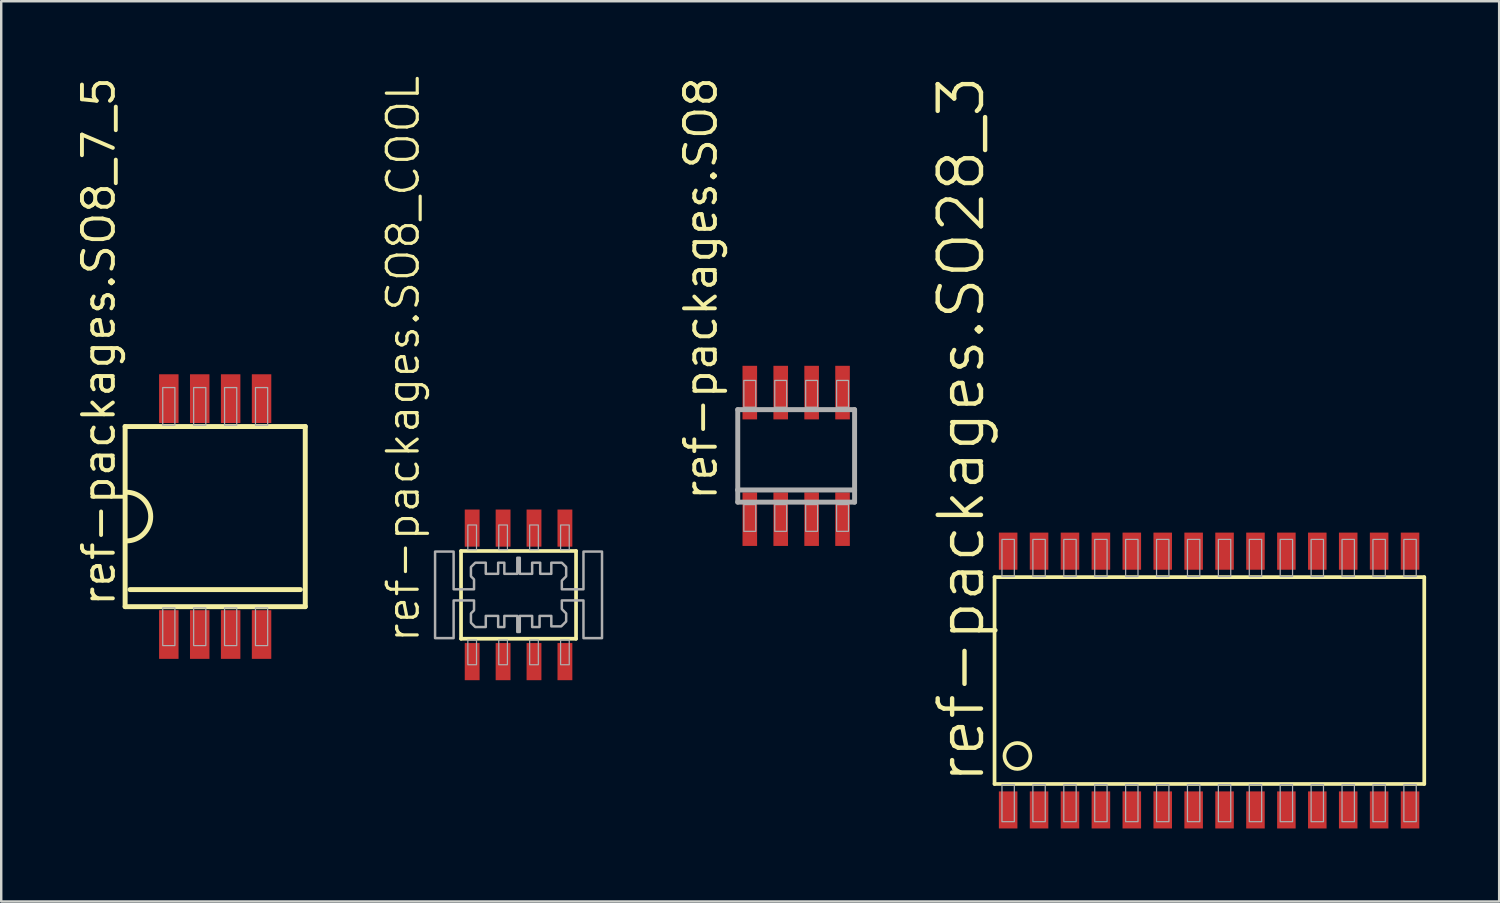
<source format=kicad_pcb>
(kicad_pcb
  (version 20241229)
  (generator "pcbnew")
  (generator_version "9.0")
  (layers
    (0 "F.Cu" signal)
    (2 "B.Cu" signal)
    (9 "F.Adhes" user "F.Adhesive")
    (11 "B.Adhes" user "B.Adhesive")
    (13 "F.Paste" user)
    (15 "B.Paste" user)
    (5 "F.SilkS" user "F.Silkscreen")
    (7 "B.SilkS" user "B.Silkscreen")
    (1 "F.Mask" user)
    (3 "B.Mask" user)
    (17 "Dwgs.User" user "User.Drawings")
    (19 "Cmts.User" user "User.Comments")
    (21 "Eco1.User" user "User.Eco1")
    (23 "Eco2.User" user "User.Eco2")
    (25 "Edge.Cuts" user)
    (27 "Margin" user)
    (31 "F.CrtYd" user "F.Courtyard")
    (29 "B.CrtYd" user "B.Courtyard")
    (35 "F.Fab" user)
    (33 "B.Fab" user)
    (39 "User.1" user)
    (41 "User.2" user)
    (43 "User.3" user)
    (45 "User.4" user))
  (footprint "ref-packages.SO8"
    (layer "F.Cu")
    (at 29.657 15.678)
    (property "Reference" "ref-packages.SO8" (at -3.175 1.905 90) (layer "F.SilkS") (effects (font (size 1.27 1.27) (thickness 0.16)) (justify left bottom)))
    (attr smd)
    (fp_line (start -2.4 -1.9) (end 2.4 -1.9) (stroke (width 0.203) (type default)) (layer "F.Fab"))
    (fp_line (start -2.4 1.4) (end -2.4 -1.9) (stroke (width 0.203) (type default)) (layer "F.Fab"))
    (fp_line (start -2.4 1.9) (end -2.4 1.4) (stroke (width 0.203) (type default)) (layer "F.Fab"))
    (fp_line (start 2.4 -1.9) (end 2.4 1.4) (stroke (width 0.203) (type default)) (layer "F.Fab"))
    (fp_line (start 2.4 1.4) (end -2.4 1.4) (stroke (width 0.203) (type default)) (layer "F.Fab"))
    (fp_line (start 2.4 1.4) (end 2.4 1.9) (stroke (width 0.203) (type default)) (layer "F.Fab"))
    (fp_line (start 2.4 1.9) (end -2.4 1.9) (stroke (width 0.203) (type default)) (layer "F.Fab"))
    (fp_rect (start -2.15 -2) (end -1.66 -3.1) (stroke (width 0.05) (type default)) (fill no) (layer "F.Fab"))
    (fp_rect (start -2.15 3.1) (end -1.66 2) (stroke (width 0.05) (type default)) (fill no) (layer "F.Fab"))
    (fp_rect (start -0.88 -2) (end -0.39 -3.1) (stroke (width 0.05) (type default)) (fill no) (layer "F.Fab"))
    (fp_rect (start -0.88 3.1) (end -0.39 2) (stroke (width 0.05) (type default)) (fill no) (layer "F.Fab"))
    (fp_rect (start 0.39 -2) (end 0.88 -3.1) (stroke (width 0.05) (type default)) (fill no) (layer "F.Fab"))
    (fp_rect (start 0.39 3.1) (end 0.88 2) (stroke (width 0.05) (type default)) (fill no) (layer "F.Fab"))
    (fp_rect (start 1.66 -2) (end 2.15 -3.1) (stroke (width 0.05) (type default)) (fill no) (layer "F.Fab"))
    (fp_rect (start 1.66 3.1) (end 2.15 2) (stroke (width 0.05) (type default)) (fill no) (layer "F.Fab"))
    (pad "1" smd roundrect (at -1.905 2.6) (size 0.6 2.2) (layers "F.Cu" "F.Mask" "F.Paste") (roundrect_rratio 0.01))
    (pad "2" smd roundrect (at -0.635 2.6) (size 0.6 2.2) (layers "F.Cu" "F.Mask" "F.Paste") (roundrect_rratio 0.01))
    (pad "3" smd roundrect (at 0.635 2.6) (size 0.6 2.2) (layers "F.Cu" "F.Mask" "F.Paste") (roundrect_rratio 0.01))
    (pad "4" smd roundrect (at 1.905 2.6) (size 0.6 2.2) (layers "F.Cu" "F.Mask" "F.Paste") (roundrect_rratio 0.01))
    (pad "5" smd roundrect (at 1.905 -2.6) (size 0.6 2.2) (layers "F.Cu" "F.Mask" "F.Paste") (roundrect_rratio 0.01))
    (pad "6" smd roundrect (at 0.635 -2.6) (size 0.6 2.2) (layers "F.Cu" "F.Mask" "F.Paste") (roundrect_rratio 0.01))
    (pad "7" smd roundrect (at -0.635 -2.6) (size 0.6 2.2) (layers "F.Cu" "F.Mask" "F.Paste") (roundrect_rratio 0.01))
    (pad "8" smd roundrect (at -1.905 -2.6) (size 0.6 2.2) (layers "F.Cu" "F.Mask" "F.Paste") (roundrect_rratio 0.01)))
  (footprint "ref-packages.SO8_COOL"
    (layer "F.Cu")
    (at 18.252 21.387)
    (property "Reference" "ref-packages.SO8_COOL" (at -4 2.032 90) (layer "F.SilkS") (effects (font (size 1.27 1.27) (thickness 0.13)) (justify left bottom)))
    (attr smd)
    (fp_line (start -2.362 -1.803) (end -2.362 1.803) (stroke (width 0.152) (type default)) (layer "F.SilkS"))
    (fp_line (start -2.362 1.803) (end 2.362 1.803) (stroke (width 0.152) (type default)) (layer "F.SilkS"))
    (fp_line (start 2.362 -1.803) (end -2.362 -1.803) (stroke (width 0.152) (type default)) (layer "F.SilkS"))
    (fp_line (start 2.362 1.803) (end 2.362 -1.803) (stroke (width 0.152) (type default)) (layer "F.SilkS"))
    (fp_rect (start -2.083 -1.854) (end -1.727 -2.87) (stroke (width 0.05) (type default)) (fill no) (layer "F.Fab"))
    (fp_rect (start -2.083 2.87) (end -1.727 1.854) (stroke (width 0.05) (type default)) (fill no) (layer "F.Fab"))
    (fp_rect (start -0.813 -1.854) (end -0.457 -2.87) (stroke (width 0.05) (type default)) (fill no) (layer "F.Fab"))
    (fp_rect (start -0.813 2.87) (end -0.457 1.854) (stroke (width 0.05) (type default)) (fill no) (layer "F.Fab"))
    (fp_rect (start 0.457 -1.854) (end 0.813 -2.87) (stroke (width 0.05) (type default)) (fill no) (layer "F.Fab"))
    (fp_rect (start 0.457 2.87) (end 0.813 1.854) (stroke (width 0.05) (type default)) (fill no) (layer "F.Fab"))
    (fp_rect (start 1.727 -1.854) (end 2.083 -2.87) (stroke (width 0.05) (type default)) (fill no) (layer "F.Fab"))
    (fp_rect (start 1.727 2.87) (end 2.083 1.854) (stroke (width 0.05) (type default)) (fill no) (layer "F.Fab"))
    (fp_poly (pts (xy -2.667 1.778) (xy -2.667 0.229) (xy -1.829 0.229) (xy -1.829 0.635) (xy -1.956 0.762) (xy -1.956 1.143) (xy -1.778 1.321) (xy -1.346 1.321) (xy -1.346 1.524) (xy -1.346 0.864) (xy -0.838 0.864) (xy -0.838 1.321) (xy -0.584 1.321) (xy -0.584 0.864) (xy -0.051 0.864) (xy -0.051 1.524) (xy 0.051 1.524) (xy 0.051 0.864) (xy 0.559 0.864) (xy 0.559 1.321) (xy 0.864 1.321) (xy 0.864 0.864) (xy 1.346 0.864) (xy 1.346 1.524) (xy 1.346 1.295) (xy 1.753 1.295) (xy 1.956 1.092) (xy 1.956 0.762) (xy 1.778 0.584) (xy 1.778 0.229) (xy 2.667 0.229) (xy 2.667 1.778) (xy 3.429 1.778) (xy 3.429 -1.778) (xy 2.667 -1.778) (xy 2.667 -0.229) (xy 1.778 -0.229) (xy 1.778 -0.584) (xy 1.956 -0.762) (xy 1.956 -1.143) (xy 1.778 -1.321) (xy 1.346 -1.321) (xy 1.346 -1.524) (xy 1.346 -0.864) (xy 0.889 -0.864) (xy 0.889 -1.321) (xy 0.559 -1.321) (xy 0.559 -0.864) (xy 0.051 -0.864) (xy 0.051 -1.524) (xy -0.051 -1.524) (xy -0.051 -0.864) (xy -0.584 -0.864) (xy -0.584 -1.321) (xy -0.838 -1.321) (xy -0.838 -0.864) (xy -1.346 -0.864) (xy -1.346 -1.524) (xy -1.346 -1.321) (xy -1.778 -1.321) (xy -1.956 -1.143) (xy -1.956 -0.762) (xy -1.829 -0.635) (xy -1.829 -0.229) (xy -2.667 -0.229) (xy -2.667 -1.778) (xy -3.429 -1.778) (xy -3.429 1.778)) (stroke (width 0.102) (type default)) (fill no) (layer "F.Fab"))
    (pad "1" smd roundrect (at -1.905 2.743) (size 0.61 1.524) (layers "F.Cu" "F.Mask" "F.Paste") (roundrect_rratio 0.01))
    (pad "2" smd roundrect (at -0.635 2.743) (size 0.61 1.524) (layers "F.Cu" "F.Mask" "F.Paste") (roundrect_rratio 0.01))
    (pad "3" smd roundrect (at 0.635 2.743) (size 0.61 1.524) (layers "F.Cu" "F.Mask" "F.Paste") (roundrect_rratio 0.01))
    (pad "4" smd roundrect (at 1.905 2.743) (size 0.61 1.524) (layers "F.Cu" "F.Mask" "F.Paste") (roundrect_rratio 0.01))
    (pad "5" smd roundrect (at 1.905 -2.743) (size 0.61 1.524) (layers "F.Cu" "F.Mask" "F.Paste") (roundrect_rratio 0.01))
    (pad "6" smd roundrect (at 0.635 -2.743) (size 0.61 1.524) (layers "F.Cu" "F.Mask" "F.Paste") (roundrect_rratio 0.01))
    (pad "7" smd roundrect (at -0.635 -2.743) (size 0.61 1.524) (layers "F.Cu" "F.Mask" "F.Paste") (roundrect_rratio 0.01))
    (pad "8" smd roundrect (at -1.905 -2.743) (size 0.61 1.524) (layers "F.Cu" "F.Mask" "F.Paste") (roundrect_rratio 0.01)))
  (footprint "ref-packages.SO28_3"
    (layer "F.Cu")
    (at 46.62 24.907)
    (property "Reference" "ref-packages.SO28_3" (at -9.144 4.318 90) (layer "F.SilkS") (effects (font (size 1.778 1.778) (thickness 0.18)) (justify left bottom)))
    (attr smd)
    (fp_line (start -8.814 -4.248) (end -8.814 4.248) (stroke (width 0.152) (type default)) (layer "F.SilkS"))
    (fp_line (start -8.814 4.248) (end 8.839 4.248) (stroke (width 0.152) (type default)) (layer "F.SilkS"))
    (fp_line (start 8.839 -4.248) (end -8.814 -4.248) (stroke (width 0.152) (type default)) (layer "F.SilkS"))
    (fp_line (start 8.839 4.248) (end 8.839 -4.248) (stroke (width 0.152) (type default)) (layer "F.SilkS"))
    (fp_circle (center -7.874 3.099) (end -7.341 3.099) (stroke (width 0.152) (type default)) (fill no) (layer "F.SilkS"))
    (fp_rect (start -8.509 -4.274) (end -8.001 -5.798) (stroke (width 0.05) (type default)) (fill no) (layer "F.Fab"))
    (fp_rect (start -8.509 5.798) (end -8.001 4.274) (stroke (width 0.05) (type default)) (fill no) (layer "F.Fab"))
    (fp_rect (start -7.239 -4.274) (end -6.731 -5.798) (stroke (width 0.05) (type default)) (fill no) (layer "F.Fab"))
    (fp_rect (start -7.239 5.798) (end -6.731 4.274) (stroke (width 0.05) (type default)) (fill no) (layer "F.Fab"))
    (fp_rect (start -5.969 -4.274) (end -5.461 -5.798) (stroke (width 0.05) (type default)) (fill no) (layer "F.Fab"))
    (fp_rect (start -5.969 5.798) (end -5.461 4.274) (stroke (width 0.05) (type default)) (fill no) (layer "F.Fab"))
    (fp_rect (start -4.699 -4.274) (end -4.191 -5.798) (stroke (width 0.05) (type default)) (fill no) (layer "F.Fab"))
    (fp_rect (start -4.699 5.798) (end -4.191 4.274) (stroke (width 0.05) (type default)) (fill no) (layer "F.Fab"))
    (fp_rect (start -3.429 -4.274) (end -2.921 -5.798) (stroke (width 0.05) (type default)) (fill no) (layer "F.Fab"))
    (fp_rect (start -3.429 5.798) (end -2.921 4.274) (stroke (width 0.05) (type default)) (fill no) (layer "F.Fab"))
    (fp_rect (start -2.159 -4.274) (end -1.651 -5.798) (stroke (width 0.05) (type default)) (fill no) (layer "F.Fab"))
    (fp_rect (start -2.159 5.798) (end -1.651 4.274) (stroke (width 0.05) (type default)) (fill no) (layer "F.Fab"))
    (fp_rect (start -0.889 -4.274) (end -0.381 -5.798) (stroke (width 0.05) (type default)) (fill no) (layer "F.Fab"))
    (fp_rect (start -0.889 5.798) (end -0.381 4.274) (stroke (width 0.05) (type default)) (fill no) (layer "F.Fab"))
    (fp_rect (start 0.381 -4.274) (end 0.889 -5.798) (stroke (width 0.05) (type default)) (fill no) (layer "F.Fab"))
    (fp_rect (start 0.381 5.798) (end 0.889 4.274) (stroke (width 0.05) (type default)) (fill no) (layer "F.Fab"))
    (fp_rect (start 1.651 -4.274) (end 2.159 -5.798) (stroke (width 0.05) (type default)) (fill no) (layer "F.Fab"))
    (fp_rect (start 1.651 5.798) (end 2.159 4.274) (stroke (width 0.05) (type default)) (fill no) (layer "F.Fab"))
    (fp_rect (start 2.921 -4.274) (end 3.429 -5.798) (stroke (width 0.05) (type default)) (fill no) (layer "F.Fab"))
    (fp_rect (start 2.921 5.798) (end 3.429 4.274) (stroke (width 0.05) (type default)) (fill no) (layer "F.Fab"))
    (fp_rect (start 4.191 -4.274) (end 4.699 -5.798) (stroke (width 0.05) (type default)) (fill no) (layer "F.Fab"))
    (fp_rect (start 4.191 5.798) (end 4.699 4.274) (stroke (width 0.05) (type default)) (fill no) (layer "F.Fab"))
    (fp_rect (start 5.461 -4.274) (end 5.969 -5.798) (stroke (width 0.05) (type default)) (fill no) (layer "F.Fab"))
    (fp_rect (start 5.461 5.798) (end 5.969 4.274) (stroke (width 0.05) (type default)) (fill no) (layer "F.Fab"))
    (fp_rect (start 6.731 -4.274) (end 7.239 -5.798) (stroke (width 0.05) (type default)) (fill no) (layer "F.Fab"))
    (fp_rect (start 6.731 5.798) (end 7.239 4.274) (stroke (width 0.05) (type default)) (fill no) (layer "F.Fab"))
    (fp_rect (start 8.001 -4.274) (end 8.509 -5.798) (stroke (width 0.05) (type default)) (fill no) (layer "F.Fab"))
    (fp_rect (start 8.001 5.798) (end 8.509 4.274) (stroke (width 0.05) (type default)) (fill no) (layer "F.Fab"))
    (pad "1" smd roundrect (at -8.255 5.315) (size 0.762 1.524) (layers "F.Cu" "F.Mask" "F.Paste") (roundrect_rratio 0.01))
    (pad "2" smd roundrect (at -6.985 5.315) (size 0.762 1.524) (layers "F.Cu" "F.Mask" "F.Paste") (roundrect_rratio 0.01))
    (pad "3" smd roundrect (at -5.715 5.315) (size 0.762 1.524) (layers "F.Cu" "F.Mask" "F.Paste") (roundrect_rratio 0.01))
    (pad "4" smd roundrect (at -4.445 5.315) (size 0.762 1.524) (layers "F.Cu" "F.Mask" "F.Paste") (roundrect_rratio 0.01))
    (pad "5" smd roundrect (at -3.175 5.315) (size 0.762 1.524) (layers "F.Cu" "F.Mask" "F.Paste") (roundrect_rratio 0.01))
    (pad "6" smd roundrect (at -1.905 5.315) (size 0.762 1.524) (layers "F.Cu" "F.Mask" "F.Paste") (roundrect_rratio 0.01))
    (pad "7" smd roundrect (at -0.635 5.315) (size 0.762 1.524) (layers "F.Cu" "F.Mask" "F.Paste") (roundrect_rratio 0.01))
    (pad "8" smd roundrect (at 0.635 5.315) (size 0.762 1.524) (layers "F.Cu" "F.Mask" "F.Paste") (roundrect_rratio 0.01))
    (pad "9" smd roundrect (at 1.905 5.315) (size 0.762 1.524) (layers "F.Cu" "F.Mask" "F.Paste") (roundrect_rratio 0.01))
    (pad "10" smd roundrect (at 3.175 5.315) (size 0.762 1.524) (layers "F.Cu" "F.Mask" "F.Paste") (roundrect_rratio 0.01))
    (pad "11" smd roundrect (at 4.445 5.315) (size 0.762 1.524) (layers "F.Cu" "F.Mask" "F.Paste") (roundrect_rratio 0.01))
    (pad "12" smd roundrect (at 5.715 5.315) (size 0.762 1.524) (layers "F.Cu" "F.Mask" "F.Paste") (roundrect_rratio 0.01))
    (pad "13" smd roundrect (at 6.985 5.315) (size 0.762 1.524) (layers "F.Cu" "F.Mask" "F.Paste") (roundrect_rratio 0.01))
    (pad "14" smd roundrect (at 8.255 5.315) (size 0.762 1.524) (layers "F.Cu" "F.Mask" "F.Paste") (roundrect_rratio 0.01))
    (pad "15" smd roundrect (at 8.255 -5.315) (size 0.762 1.524) (layers "F.Cu" "F.Mask" "F.Paste") (roundrect_rratio 0.01))
    (pad "16" smd roundrect (at 6.985 -5.315) (size 0.762 1.524) (layers "F.Cu" "F.Mask" "F.Paste") (roundrect_rratio 0.01))
    (pad "17" smd roundrect (at 5.715 -5.315) (size 0.762 1.524) (layers "F.Cu" "F.Mask" "F.Paste") (roundrect_rratio 0.01))
    (pad "18" smd roundrect (at 4.445 -5.315) (size 0.762 1.524) (layers "F.Cu" "F.Mask" "F.Paste") (roundrect_rratio 0.01))
    (pad "19" smd roundrect (at 3.175 -5.315) (size 0.762 1.524) (layers "F.Cu" "F.Mask" "F.Paste") (roundrect_rratio 0.01))
    (pad "20" smd roundrect (at 1.905 -5.315) (size 0.762 1.524) (layers "F.Cu" "F.Mask" "F.Paste") (roundrect_rratio 0.01))
    (pad "21" smd roundrect (at 0.635 -5.315) (size 0.762 1.524) (layers "F.Cu" "F.Mask" "F.Paste") (roundrect_rratio 0.01))
    (pad "22" smd roundrect (at -0.635 -5.315) (size 0.762 1.524) (layers "F.Cu" "F.Mask" "F.Paste") (roundrect_rratio 0.01))
    (pad "23" smd roundrect (at -1.905 -5.315) (size 0.762 1.524) (layers "F.Cu" "F.Mask" "F.Paste") (roundrect_rratio 0.01))
    (pad "24" smd roundrect (at -3.175 -5.315) (size 0.762 1.524) (layers "F.Cu" "F.Mask" "F.Paste") (roundrect_rratio 0.01))
    (pad "25" smd roundrect (at -4.445 -5.315) (size 0.762 1.524) (layers "F.Cu" "F.Mask" "F.Paste") (roundrect_rratio 0.01))
    (pad "26" smd roundrect (at -5.715 -5.315) (size 0.762 1.524) (layers "F.Cu" "F.Mask" "F.Paste") (roundrect_rratio 0.01))
    (pad "27" smd roundrect (at -6.985 -5.315) (size 0.762 1.524) (layers "F.Cu" "F.Mask" "F.Paste") (roundrect_rratio 0.01))
    (pad "28" smd roundrect (at -8.255 -5.315) (size 0.762 1.524) (layers "F.Cu" "F.Mask" "F.Paste") (roundrect_rratio 0.01)))
  (footprint "ref-packages.SO8_7_5"
    (layer "F.Cu")
    (at 5.79 18.171)
    (property "Reference" "ref-packages.SO8_7_5" (at -4.04 3.766 90) (layer "F.SilkS") (effects (font (size 1.27 1.27) (thickness 0.16)) (justify left bottom)))
    (attr smd)
    (fp_line (start -3.7 -3.7) (end -3.7 3.7) (stroke (width 0.203) (type default)) (layer "F.SilkS"))
    (fp_line (start -3.7 3.7) (end 3.7 3.7) (stroke (width 0.203) (type default)) (layer "F.SilkS"))
    (fp_line (start -3.5 3) (end 3.5 3) (stroke (width 0.203) (type default)) (layer "F.SilkS"))
    (fp_line (start 3.7 -3.7) (end -3.7 -3.7) (stroke (width 0.203) (type default)) (layer "F.SilkS"))
    (fp_line (start 3.7 3.7) (end 3.7 -3.7) (stroke (width 0.203) (type default)) (layer "F.SilkS"))
    (fp_arc (start -3.6484 -1) (mid -2.6484 0) (end -3.6484 1) (stroke (width 0.2032) (type default)) (layer "F.SilkS"))
    (fp_rect (start -2.155 -3.75) (end -1.655 -5.3) (stroke (width 0.05) (type default)) (fill no) (layer "F.Fab"))
    (fp_rect (start -2.155 5.3) (end -1.655 3.75) (stroke (width 0.05) (type default)) (fill no) (layer "F.Fab"))
    (fp_rect (start -0.885 -3.75) (end -0.385 -5.3) (stroke (width 0.05) (type default)) (fill no) (layer "F.Fab"))
    (fp_rect (start -0.885 5.3) (end -0.385 3.75) (stroke (width 0.05) (type default)) (fill no) (layer "F.Fab"))
    (fp_rect (start 0.385 -3.75) (end 0.885 -5.3) (stroke (width 0.05) (type default)) (fill no) (layer "F.Fab"))
    (fp_rect (start 0.385 5.3) (end 0.885 3.75) (stroke (width 0.05) (type default)) (fill no) (layer "F.Fab"))
    (fp_rect (start 1.655 -3.75) (end 2.155 -5.3) (stroke (width 0.05) (type default)) (fill no) (layer "F.Fab"))
    (fp_rect (start 1.655 5.3) (end 2.155 3.75) (stroke (width 0.05) (type default)) (fill no) (layer "F.Fab"))
    (pad "1" smd roundrect (at -1.905 4.845) (size 0.8 2) (layers "F.Cu" "F.Mask" "F.Paste") (roundrect_rratio 0.01))
    (pad "2" smd roundrect (at -0.635 4.845) (size 0.8 2) (layers "F.Cu" "F.Mask" "F.Paste") (roundrect_rratio 0.01))
    (pad "3" smd roundrect (at 0.635 4.845) (size 0.8 2) (layers "F.Cu" "F.Mask" "F.Paste") (roundrect_rratio 0.01))
    (pad "4" smd roundrect (at 1.905 4.845) (size 0.8 2) (layers "F.Cu" "F.Mask" "F.Paste") (roundrect_rratio 0.01))
    (pad "5" smd roundrect (at 1.905 -4.845) (size 0.8 2) (layers "F.Cu" "F.Mask" "F.Paste") (roundrect_rratio 0.01))
    (pad "6" smd roundrect (at 0.635 -4.845) (size 0.8 2) (layers "F.Cu" "F.Mask" "F.Paste") (roundrect_rratio 0.01))
    (pad "7" smd roundrect (at -0.635 -4.845) (size 0.8 2) (layers "F.Cu" "F.Mask" "F.Paste") (roundrect_rratio 0.01))
    (pad "8" smd roundrect (at -1.905 -4.845) (size 0.8 2) (layers "F.Cu" "F.Mask" "F.Paste") (roundrect_rratio 0.01)))
  (gr_rect
    (start -3 -3)
    (end 58.536 33.984)
    (stroke (width 0.1) (type default))
    (fill no)
    (layer "Edge.Cuts")))
</source>
